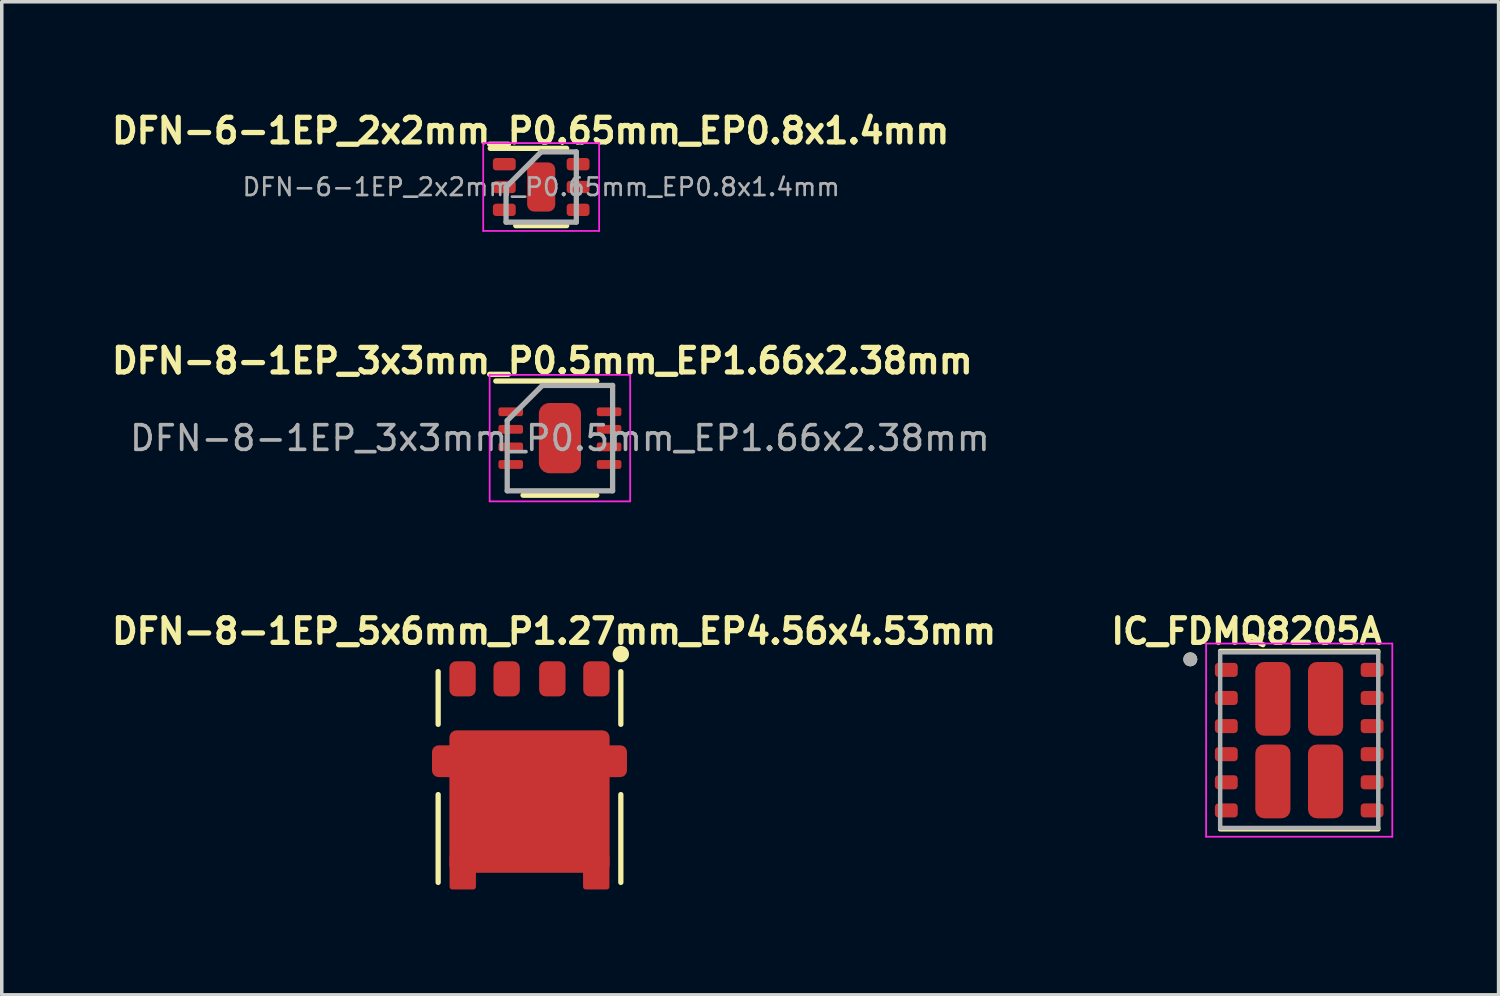
<source format=kicad_pcb>
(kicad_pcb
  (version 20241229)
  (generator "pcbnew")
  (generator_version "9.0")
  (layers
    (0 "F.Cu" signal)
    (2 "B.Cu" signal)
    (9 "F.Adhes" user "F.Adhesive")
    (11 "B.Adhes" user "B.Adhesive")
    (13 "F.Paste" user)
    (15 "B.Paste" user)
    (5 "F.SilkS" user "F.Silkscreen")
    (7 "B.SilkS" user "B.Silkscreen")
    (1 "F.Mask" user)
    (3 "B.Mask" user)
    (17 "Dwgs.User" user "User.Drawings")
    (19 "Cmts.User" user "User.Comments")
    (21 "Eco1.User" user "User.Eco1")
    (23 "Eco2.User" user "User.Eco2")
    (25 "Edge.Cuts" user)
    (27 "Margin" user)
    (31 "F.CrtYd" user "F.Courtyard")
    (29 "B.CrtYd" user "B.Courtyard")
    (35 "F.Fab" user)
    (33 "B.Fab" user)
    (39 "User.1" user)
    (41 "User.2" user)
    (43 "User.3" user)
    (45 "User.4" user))
  (footprint "DFN-6-1EP_2x2mm_P0.65mm_EP0.8x1.4mm"
    (layer "F.Cu")
    (at 12.355 2.273)
    (property "Reference" "DFN-6-1EP_2x2mm_P0.65mm_EP0.8x1.4mm" (at -0.3 -1.6 0) (layer "F.SilkS") (effects (font (size 0.7 0.7) (thickness 0.15))))
    (attr smd)
    (fp_line (start -1.45 -1.1) (end 0.725 -1.1) (stroke (width 0.15) (type solid)) (layer "F.SilkS"))
    (fp_line (start -0.725 1.1) (end 0.725 1.1) (stroke (width 0.15) (type solid)) (layer "F.SilkS"))
    (fp_line (start -1.65 -1.25) (end -1.65 1.25) (stroke (width 0.05) (type solid)) (layer "F.CrtYd"))
    (fp_line (start -1.65 -1.25) (end 1.65 -1.25) (stroke (width 0.05) (type solid)) (layer "F.CrtYd"))
    (fp_line (start -1.65 1.25) (end 1.65 1.25) (stroke (width 0.05) (type solid)) (layer "F.CrtYd"))
    (fp_line (start 1.65 -1.25) (end 1.65 1.25) (stroke (width 0.05) (type solid)) (layer "F.CrtYd"))
    (fp_line (start -1 0) (end 0 -1) (stroke (width 0.15) (type solid)) (layer "F.Fab"))
    (fp_line (start -1 1) (end -1 0) (stroke (width 0.15) (type solid)) (layer "F.Fab"))
    (fp_line (start 0 -1) (end 1 -1) (stroke (width 0.15) (type solid)) (layer "F.Fab"))
    (fp_line (start 1 -1) (end 1 1) (stroke (width 0.15) (type solid)) (layer "F.Fab"))
    (fp_line (start 1 1) (end -1 1) (stroke (width 0.15) (type solid)) (layer "F.Fab"))
    (fp_text user "${REFERENCE}" (at 0 0 0) (layer "F.Fab") (effects (font (size 0.5 0.5) (thickness 0.075))))
    (pad "" smd roundrect (at 0 -0.4) (size 0.7 0.5) (layers "F.Paste") (roundrect_rratio 0.25))
    (pad "" smd roundrect (at 0 0.4) (size 0.7 0.5) (layers "F.Paste") (roundrect_rratio 0.25))
    (pad "1" smd roundrect (at -1.05 -0.65) (size 0.65 0.35) (layers "F.Cu" "F.Mask" "F.Paste") (roundrect_rratio 0.25))
    (pad "2" smd roundrect (at -1.05 0) (size 0.65 0.35) (layers "F.Cu" "F.Mask" "F.Paste") (roundrect_rratio 0.25))
    (pad "3" smd roundrect (at -1.05 0.65) (size 0.65 0.35) (layers "F.Cu" "F.Mask" "F.Paste") (roundrect_rratio 0.25))
    (pad "4" smd roundrect (at 1.05 0.65) (size 0.65 0.35) (layers "F.Cu" "F.Mask" "F.Paste") (roundrect_rratio 0.25))
    (pad "5" smd roundrect (at 1.05 0) (size 0.65 0.35) (layers "F.Cu" "F.Mask" "F.Paste") (roundrect_rratio 0.25))
    (pad "6" smd roundrect (at 1.05 -0.65) (size 0.65 0.35) (layers "F.Cu" "F.Mask" "F.Paste") (roundrect_rratio 0.25))
    (pad "7" smd roundrect (at 0 0) (size 0.8 1.4) (layers "F.Cu" "F.Mask") (roundrect_rratio 0.25)))
  (footprint "IC_FDMQ8205A"
    (layer "F.Cu")
    (at 33.932 18.018)
    (property "Reference" "IC_FDMQ8205A" (at -1.5 -3.1 0) (layer "F.SilkS") (effects (font (size 0.7 0.7) (thickness 0.15))))
    (attr through_hole)
    (fp_line (start -2.25 -2.538) (end 2.25 -2.538) (stroke (width 0.127) (type solid)) (layer "F.SilkS"))
    (fp_line (start 2.25 2.538) (end -2.25 2.538) (stroke (width 0.127) (type solid)) (layer "F.SilkS"))
    (fp_circle (center -3.1 -2.3) (end -3 -2.3) (stroke (width 0.2) (type solid)) (fill no) (layer "F.SilkS"))
    (fp_poly (pts (xy -1.1 -0.5) (xy -1.1 -1.83) (xy -0.468 -1.83) (xy -0.468 -0.5)) (stroke (width 0.01) (type solid)) (fill yes) (layer "F.Paste"))
    (fp_poly (pts (xy -1.1 1.8) (xy -1.1 0.47) (xy -0.468 0.47) (xy -0.468 1.8)) (stroke (width 0.01) (type solid)) (fill yes) (layer "F.Paste"))
    (fp_poly (pts (xy 0.468 1.83) (xy 0.468 0.5) (xy 1.1 0.5) (xy 1.1 1.83)) (stroke (width 0.01) (type solid)) (fill yes) (layer "F.Paste"))
    (fp_poly (pts (xy 0.5 -0.5) (xy 0.5 -1.83) (xy 1.132 -1.83) (xy 1.132 -0.5)) (stroke (width 0.01) (type solid)) (fill yes) (layer "F.Paste"))
    (fp_line (start -2.65 -2.75) (end 2.65 -2.75) (stroke (width 0.05) (type solid)) (layer "F.CrtYd"))
    (fp_line (start -2.65 2.75) (end -2.65 -2.75) (stroke (width 0.05) (type solid)) (layer "F.CrtYd"))
    (fp_line (start 2.65 -2.75) (end 2.65 2.75) (stroke (width 0.05) (type solid)) (layer "F.CrtYd"))
    (fp_line (start 2.65 2.75) (end -2.65 2.75) (stroke (width 0.05) (type solid)) (layer "F.CrtYd"))
    (fp_line (start -2.25 -2.5) (end 2.25 -2.5) (stroke (width 0.127) (type solid)) (layer "F.Fab"))
    (fp_line (start -2.25 2.5) (end -2.25 -2.5) (stroke (width 0.127) (type solid)) (layer "F.Fab"))
    (fp_line (start 2.25 -2.5) (end 2.25 2.5) (stroke (width 0.127) (type solid)) (layer "F.Fab"))
    (fp_line (start 2.25 2.5) (end -2.25 2.5) (stroke (width 0.127) (type solid)) (layer "F.Fab"))
    (fp_circle (center -3.1 -2.3) (end -3 -2.3) (stroke (width 0.2) (type solid)) (fill no) (layer "F.Fab"))
    (pad "1" smd roundrect (at -2.075 -2) (size 0.65 0.4) (layers "F.Cu" "F.Mask" "F.Paste") (roundrect_rratio 0.25))
    (pad "2" smd roundrect (at -2.075 -1.2) (size 0.65 0.4) (layers "F.Cu" "F.Mask" "F.Paste") (roundrect_rratio 0.25))
    (pad "3" smd roundrect (at -2.075 -0.4) (size 0.65 0.4) (layers "F.Cu" "F.Mask" "F.Paste") (roundrect_rratio 0.25))
    (pad "4" smd roundrect (at -2.075 0.4) (size 0.65 0.4) (layers "F.Cu" "F.Mask" "F.Paste") (roundrect_rratio 0.25))
    (pad "5" smd roundrect (at -2.075 1.2) (size 0.65 0.4) (layers "F.Cu" "F.Mask" "F.Paste") (roundrect_rratio 0.25))
    (pad "6" smd roundrect (at -2.075 2) (size 0.65 0.4) (layers "F.Cu" "F.Mask" "F.Paste") (roundrect_rratio 0.25))
    (pad "7" smd roundrect (at 2.075 2) (size 0.65 0.4) (layers "F.Cu" "F.Mask" "F.Paste") (roundrect_rratio 0.25))
    (pad "8" smd roundrect (at 2.075 1.2) (size 0.65 0.4) (layers "F.Cu" "F.Mask" "F.Paste") (roundrect_rratio 0.25))
    (pad "9" smd roundrect (at 2.075 0.4) (size 0.65 0.4) (layers "F.Cu" "F.Mask" "F.Paste") (roundrect_rratio 0.25))
    (pad "10" smd roundrect (at 2.075 -0.4) (size 0.65 0.4) (layers "F.Cu" "F.Mask" "F.Paste") (roundrect_rratio 0.25))
    (pad "11" smd roundrect (at 2.075 -1.2) (size 0.65 0.4) (layers "F.Cu" "F.Mask" "F.Paste") (roundrect_rratio 0.25))
    (pad "12" smd roundrect (at 2.075 -2) (size 0.65 0.4) (layers "F.Cu" "F.Mask" "F.Paste") (roundrect_rratio 0.25))
    (pad "13" smd roundrect (at -0.75 -1.175) (size 1 2.1) (layers "F.Cu" "F.Mask") (roundrect_rratio 0.25))
    (pad "14" smd roundrect (at -0.75 1.175) (size 1 2.1) (layers "F.Cu" "F.Mask") (roundrect_rratio 0.25))
    (pad "15" smd roundrect (at 0.75 1.175) (size 1 2.1) (layers "F.Cu" "F.Mask") (roundrect_rratio 0.25))
    (pad "16" smd roundrect (at 0.75 -1.175) (size 1 2.1) (layers "F.Cu" "F.Mask") (roundrect_rratio 0.25)))
  (footprint "DFN-8-1EP_3x3mm_P0.5mm_EP1.66x2.38mm"
    (layer "F.Cu")
    (at 12.888 9.421)
    (property "Reference" "DFN-8-1EP_3x3mm_P0.5mm_EP1.66x2.38mm" (at -0.5 -2.2 0) (layer "F.SilkS") (effects (font (size 0.7 0.7) (thickness 0.15))))
    (attr smd)
    (fp_line (start -1.825 -1.625) (end 1.05 -1.625) (stroke (width 0.15) (type solid)) (layer "F.SilkS"))
    (fp_line (start -1.05 1.625) (end 1.05 1.625) (stroke (width 0.15) (type solid)) (layer "F.SilkS"))
    (fp_line (start -2 -1.8) (end -2 1.8) (stroke (width 0.05) (type solid)) (layer "F.CrtYd"))
    (fp_line (start -2 -1.8) (end 2 -1.8) (stroke (width 0.05) (type solid)) (layer "F.CrtYd"))
    (fp_line (start -2 1.8) (end 2 1.8) (stroke (width 0.05) (type solid)) (layer "F.CrtYd"))
    (fp_line (start 2 -1.8) (end 2 1.8) (stroke (width 0.05) (type solid)) (layer "F.CrtYd"))
    (fp_line (start -1.5 -0.5) (end -0.5 -1.5) (stroke (width 0.15) (type solid)) (layer "F.Fab"))
    (fp_line (start -1.5 1.5) (end -1.5 -0.5) (stroke (width 0.15) (type solid)) (layer "F.Fab"))
    (fp_line (start -0.5 -1.5) (end 1.5 -1.5) (stroke (width 0.15) (type solid)) (layer "F.Fab"))
    (fp_line (start 1.5 -1.5) (end 1.5 1.5) (stroke (width 0.15) (type solid)) (layer "F.Fab"))
    (fp_line (start 1.5 1.5) (end -1.5 1.5) (stroke (width 0.15) (type solid)) (layer "F.Fab"))
    (fp_text user "${REFERENCE}" (at 0 0 0) (layer "F.Fab") (effects (font (size 0.7 0.7) (thickness 0.105))))
    (pad "" smd roundrect (at 0 -0.5 90) (size 0.64 1) (layers "F.Paste") (roundrect_rratio 0.25))
    (pad "" smd roundrect (at 0 0.5 90) (size 0.64 1) (layers "F.Paste") (roundrect_rratio 0.25))
    (pad "1" smd roundrect (at -1.4 -0.75) (size 0.7 0.25) (layers "F.Cu" "F.Mask" "F.Paste") (roundrect_rratio 0.25))
    (pad "2" smd roundrect (at -1.4 -0.25) (size 0.7 0.25) (layers "F.Cu" "F.Mask" "F.Paste") (roundrect_rratio 0.25))
    (pad "3" smd roundrect (at -1.4 0.25) (size 0.7 0.25) (layers "F.Cu" "F.Mask" "F.Paste") (roundrect_rratio 0.25))
    (pad "4" smd roundrect (at -1.4 0.75) (size 0.7 0.25) (layers "F.Cu" "F.Mask" "F.Paste") (roundrect_rratio 0.25))
    (pad "5" smd roundrect (at 1.4 0.75) (size 0.7 0.25) (layers "F.Cu" "F.Mask" "F.Paste") (roundrect_rratio 0.25))
    (pad "6" smd roundrect (at 1.4 0.25) (size 0.7 0.25) (layers "F.Cu" "F.Mask" "F.Paste") (roundrect_rratio 0.25))
    (pad "7" smd roundrect (at 1.4 -0.25) (size 0.7 0.25) (layers "F.Cu" "F.Mask" "F.Paste") (roundrect_rratio 0.25))
    (pad "8" smd roundrect (at 1.4 -0.75) (size 0.7 0.25) (layers "F.Cu" "F.Mask" "F.Paste") (roundrect_rratio 0.25))
    (pad "9" smd roundrect (at 0 0) (size 1.2 2) (layers "F.Cu" "F.Mask") (roundrect_rratio 0.25)))
  (footprint "DFN-8-1EP_5x6mm_P1.27mm_EP4.56x4.53mm"
    (layer "F.Cu")
    (at 12.022 19.068)
    (property "Reference" "DFN-8-1EP_5x6mm_P1.27mm_EP4.56x4.53mm" (at 0.7 -4.15 180) (layer "F.SilkS") (effects (font (size 0.7 0.7) (thickness 0.15))))
    (attr smd)
    (fp_line (start -2.6 -1.5) (end -2.6 -3) (stroke (width 0.15) (type solid)) (layer "F.SilkS"))
    (fp_line (start -2.6 3) (end -2.6 0.5) (stroke (width 0.15) (type solid)) (layer "F.SilkS"))
    (fp_line (start 2.45 -3.5) (end 2.7 -3.5) (stroke (width 0.15) (type solid)) (layer "F.SilkS"))
    (fp_line (start 2.6 -3.65) (end 2.6 -3.4) (stroke (width 0.15) (type solid)) (layer "F.SilkS"))
    (fp_line (start 2.6 -3) (end 2.6 -1.5) (stroke (width 0.15) (type solid)) (layer "F.SilkS"))
    (fp_line (start 2.6 0.5) (end 2.6 3) (stroke (width 0.15) (type solid)) (layer "F.SilkS"))
    (fp_circle (center 2.6 -3.5) (end 2.65 -3.65) (stroke (width 0.15) (type solid)) (fill no) (layer "F.SilkS"))
    (pad "" smd rect (at -1.637 -0.8 180) (size 0.8 0.8) (layers "F.Paste"))
    (pad "" smd rect (at -1.637 0.1 180) (size 0.8 0.8) (layers "F.Paste"))
    (pad "" smd rect (at -1.637 1 180) (size 0.8 0.8) (layers "F.Paste"))
    (pad "" smd rect (at -1.637 1.9 180) (size 0.8 0.8) (layers "F.Paste"))
    (pad "" smd rect (at -0.537 -0.8 180) (size 0.8 0.8) (layers "F.Paste"))
    (pad "" smd rect (at -0.537 0.1 180) (size 0.8 0.8) (layers "F.Paste"))
    (pad "" smd rect (at -0.537 1 180) (size 0.8 0.8) (layers "F.Paste"))
    (pad "" smd rect (at -0.537 1.9 180) (size 0.8 0.8) (layers "F.Paste"))
    (pad "" smd rect (at 0.563 -0.8 180) (size 0.8 0.8) (layers "F.Paste"))
    (pad "" smd rect (at 0.563 0.1 180) (size 0.8 0.8) (layers "F.Paste"))
    (pad "" smd rect (at 0.563 1 180) (size 0.8 0.8) (layers "F.Paste"))
    (pad "" smd rect (at 0.563 1.9 180) (size 0.8 0.8) (layers "F.Paste"))
    (pad "" smd rect (at 1.663 -0.8 180) (size 0.8 0.8) (layers "F.Paste"))
    (pad "" smd rect (at 1.663 0.1 180) (size 0.8 0.8) (layers "F.Paste"))
    (pad "" smd rect (at 1.663 1 180) (size 0.8 0.8) (layers "F.Paste"))
    (pad "" smd rect (at 1.663 1.9 180) (size 0.8 0.8) (layers "F.Paste"))
    (pad "1" smd roundrect (at 1.905 -2.795 180) (size 0.75 1) (layers "F.Cu" "F.Mask" "F.Paste") (roundrect_rratio 0.25))
    (pad "2" smd roundrect (at 0.65 -2.795 180) (size 0.75 1) (layers "F.Cu" "F.Mask" "F.Paste") (roundrect_rratio 0.25))
    (pad "3" smd roundrect (at -0.65 -2.795 180) (size 0.75 1) (layers "F.Cu" "F.Mask" "F.Paste") (roundrect_rratio 0.25))
    (pad "4" smd roundrect (at -1.905 -2.795 180) (size 0.75 1) (layers "F.Cu" "F.Mask" "F.Paste") (roundrect_rratio 0.25))
    (pad "5" smd roundrect (at -2.4 -0.45 180) (size 0.75 0.905) (layers "F.Cu" "F.Mask" "F.Paste") (roundrect_rratio 0.25))
    (pad "5" smd roundrect (at -1.9 2.7 180) (size 0.75 1) (layers "F.Cu" "F.Mask") (roundrect_rratio 0.1))
    (pad "5" smd roundrect (at 0 0.698 180) (size 4.56 4.055) (layers "F.Cu" "F.Mask") (roundrect_rratio 0.05))
    (pad "5" smd roundrect (at 1.9 2.7 180) (size 0.75 1) (layers "F.Cu" "F.Mask") (roundrect_rratio 0.1))
    (pad "5" smd roundrect (at 2.4 -0.45 180) (size 0.75 0.905) (layers "F.Cu" "F.Mask" "F.Paste") (roundrect_rratio 0.25)))
  (gr_rect
    (start -3 -3)
    (end 39.607 25.268)
    (stroke (width 0.1) (type default))
    (fill no)
    (layer "Edge.Cuts")))
</source>
